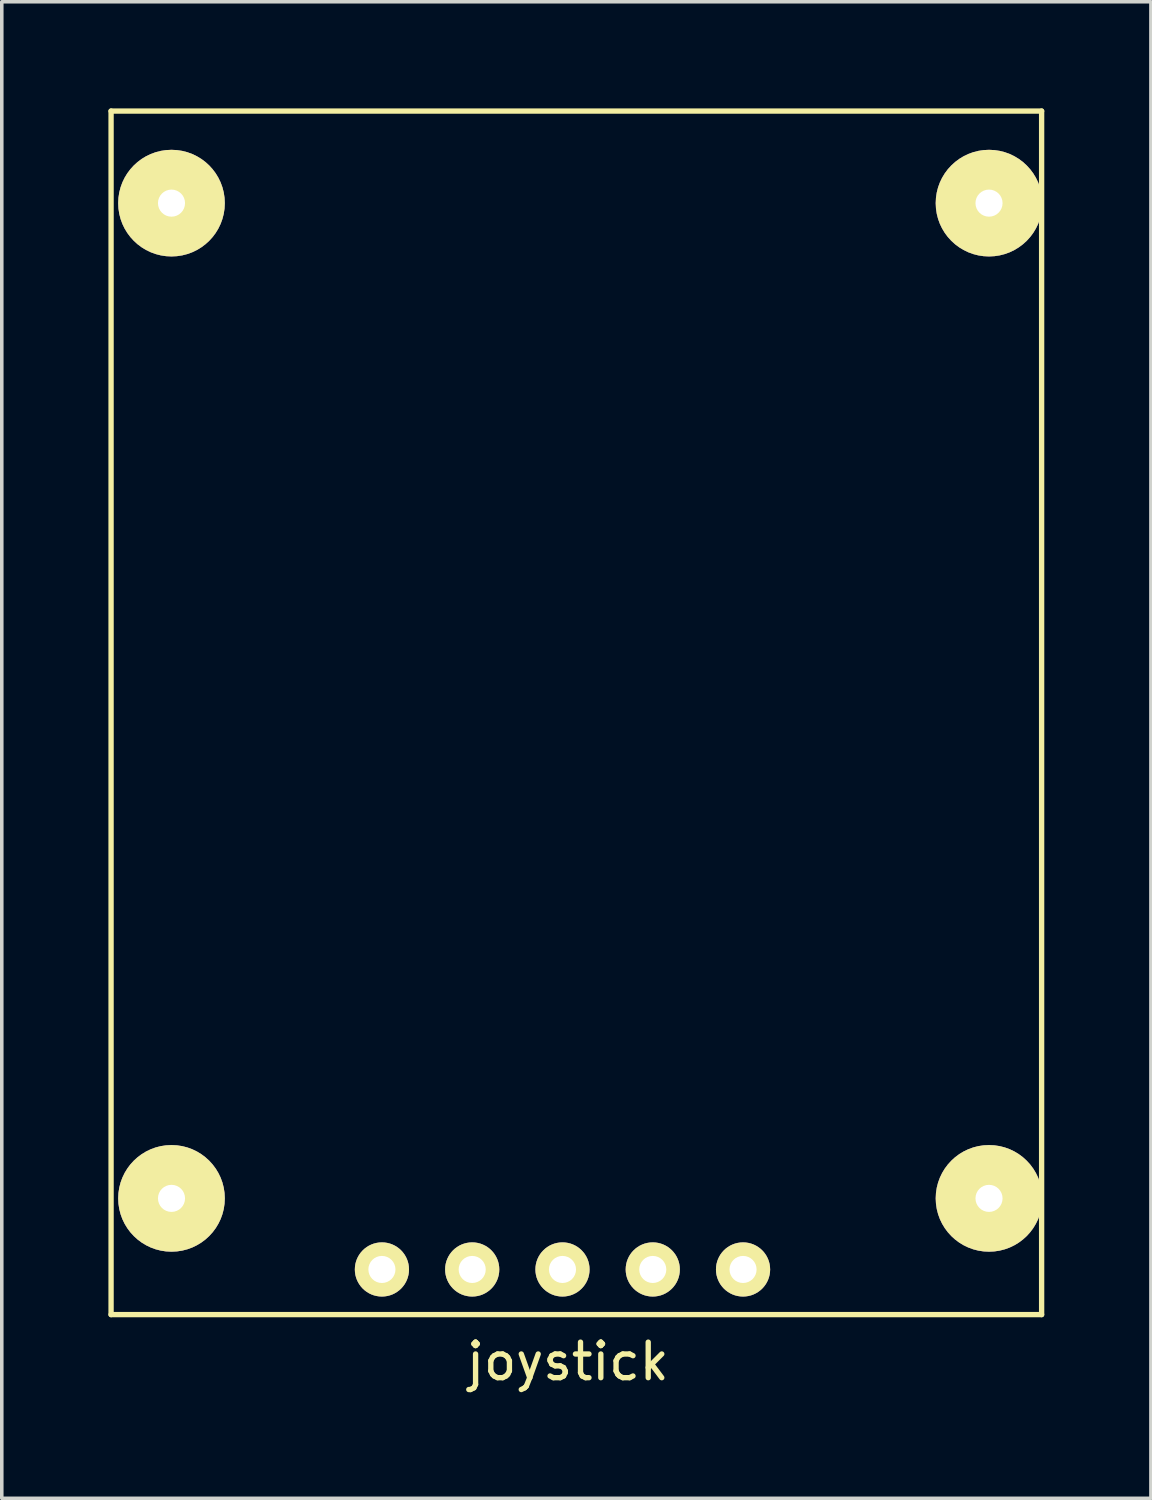
<source format=kicad_pcb>
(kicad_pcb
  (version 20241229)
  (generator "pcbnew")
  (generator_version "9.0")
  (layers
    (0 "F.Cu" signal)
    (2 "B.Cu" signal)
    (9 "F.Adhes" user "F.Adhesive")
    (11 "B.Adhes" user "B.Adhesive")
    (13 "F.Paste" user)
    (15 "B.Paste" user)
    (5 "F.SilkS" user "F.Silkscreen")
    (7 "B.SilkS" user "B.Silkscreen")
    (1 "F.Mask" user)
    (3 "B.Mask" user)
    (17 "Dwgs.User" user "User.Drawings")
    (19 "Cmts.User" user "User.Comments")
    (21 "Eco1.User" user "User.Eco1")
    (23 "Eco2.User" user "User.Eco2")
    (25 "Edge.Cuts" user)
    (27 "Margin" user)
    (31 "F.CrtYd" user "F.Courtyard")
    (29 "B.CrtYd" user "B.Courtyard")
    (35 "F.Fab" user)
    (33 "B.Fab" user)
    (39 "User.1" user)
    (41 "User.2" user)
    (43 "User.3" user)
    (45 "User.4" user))
  (footprint "joystick"
    (layer "F.Cu")
    (at 12.775 32.665)
    (property "Reference" "joystick" (at 0.15 2.59 0) (layer "F.SilkS") (effects (font (size 1 1) (thickness 0.15))))
    (attr through_hole)
    (fp_line (start -12.7 -32.59) (end -12.7 1.27) (stroke (width 0.15) (type solid)) (layer "F.SilkS"))
    (fp_line (start -12.7 1.27) (end 13.48 1.27) (stroke (width 0.15) (type solid)) (layer "F.SilkS"))
    (fp_line (start 13.48 -32.59) (end -12.7 -32.59) (stroke (width 0.15) (type solid)) (layer "F.SilkS"))
    (fp_line (start 13.48 1.27) (end 13.48 -32.59) (stroke (width 0.15) (type solid)) (layer "F.SilkS"))
    (pad "" np_thru_hole circle (at -11 -30) (size 3 3) (drill 0.762) (layers "*.Cu" "*.Mask" "F.SilkS"))
    (pad "" np_thru_hole circle (at -11 -2) (size 3 3) (drill 0.762) (layers "*.Cu" "*.Mask" "F.SilkS"))
    (pad "" np_thru_hole circle (at 12 -30) (size 3 3) (drill 0.762) (layers "*.Cu" "*.Mask" "F.SilkS"))
    (pad "" np_thru_hole circle (at 12 -2) (size 3 3) (drill 0.762) (layers "*.Cu" "*.Mask" "F.SilkS"))
    (pad "1" thru_hole circle (at -5.08 0) (size 1.524 1.524) (drill 0.762) (layers "*.Cu" "*.Mask" "F.SilkS"))
    (pad "2" thru_hole circle (at -2.54 0) (size 1.524 1.524) (drill 0.762) (layers "*.Cu" "*.Mask" "F.SilkS"))
    (pad "3" thru_hole circle (at 0 0) (size 1.524 1.524) (drill 0.762) (layers "*.Cu" "*.Mask" "F.SilkS"))
    (pad "4" thru_hole circle (at 2.54 0) (size 1.524 1.524) (drill 0.762) (layers "*.Cu" "*.Mask" "F.SilkS"))
    (pad "5" thru_hole circle (at 5.08 0) (size 1.524 1.524) (drill 0.762) (layers "*.Cu" "*.Mask" "F.SilkS")))
  (gr_rect
    (start -3 -3)
    (end 29.33 39.103)
    (stroke (width 0.1) (type default))
    (fill no)
    (layer "Edge.Cuts")))
</source>
